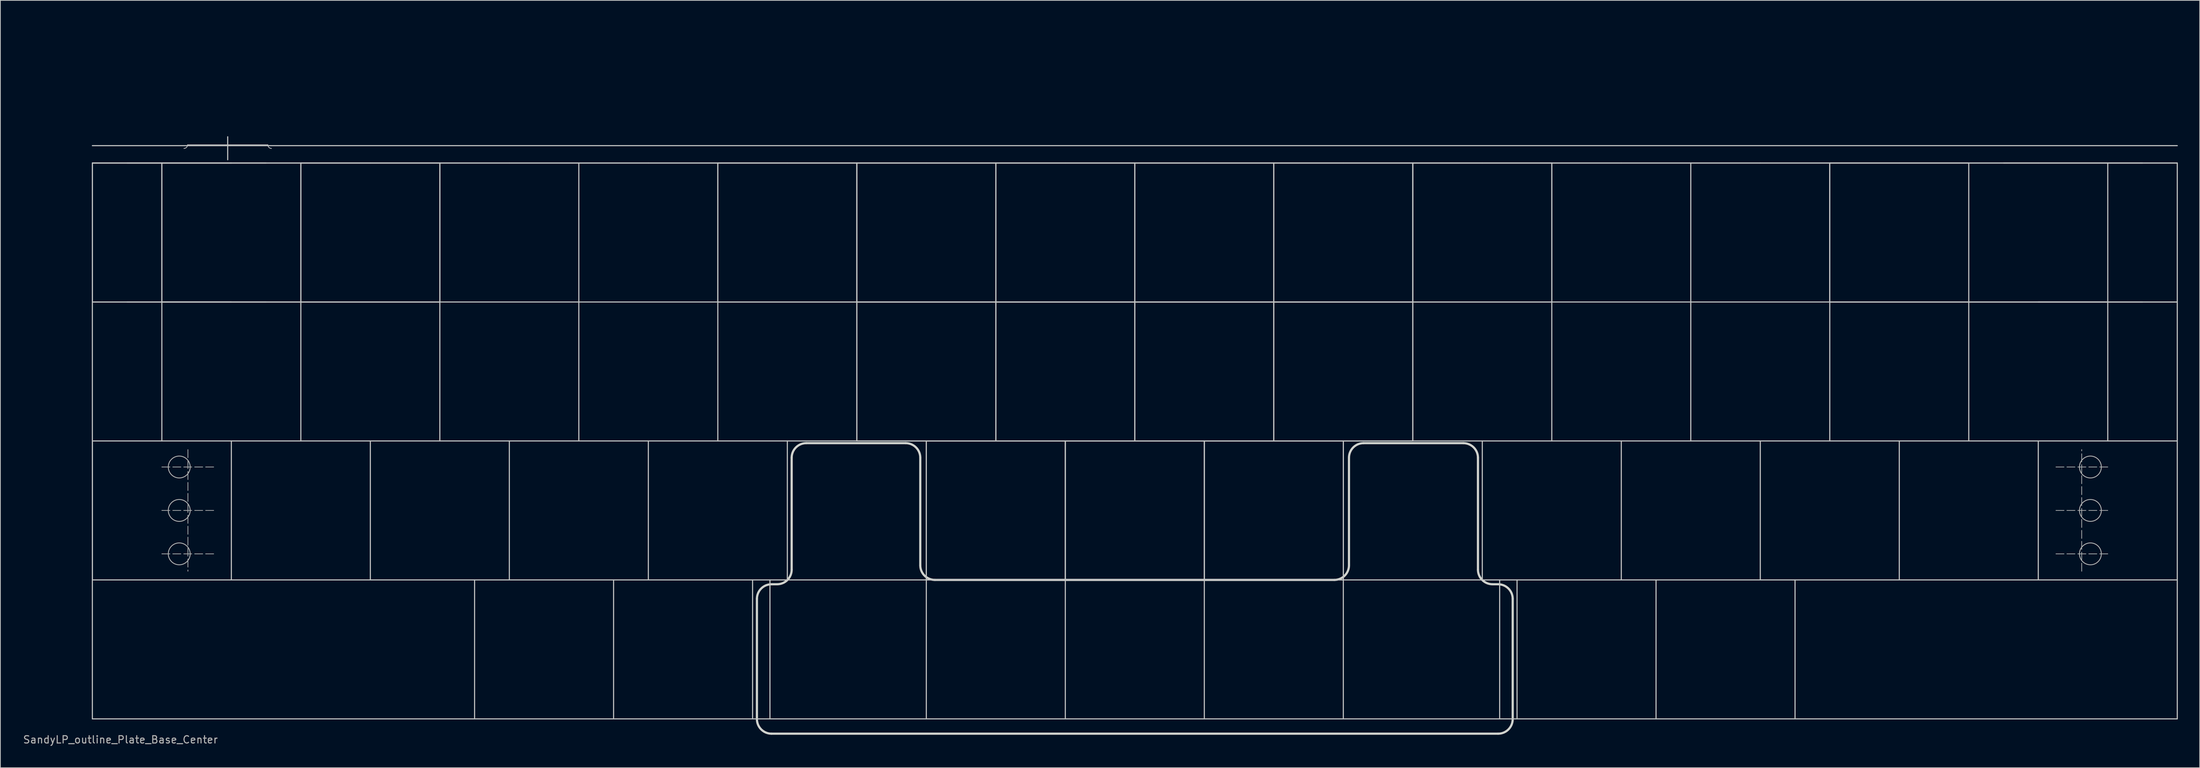
<source format=kicad_pcb>
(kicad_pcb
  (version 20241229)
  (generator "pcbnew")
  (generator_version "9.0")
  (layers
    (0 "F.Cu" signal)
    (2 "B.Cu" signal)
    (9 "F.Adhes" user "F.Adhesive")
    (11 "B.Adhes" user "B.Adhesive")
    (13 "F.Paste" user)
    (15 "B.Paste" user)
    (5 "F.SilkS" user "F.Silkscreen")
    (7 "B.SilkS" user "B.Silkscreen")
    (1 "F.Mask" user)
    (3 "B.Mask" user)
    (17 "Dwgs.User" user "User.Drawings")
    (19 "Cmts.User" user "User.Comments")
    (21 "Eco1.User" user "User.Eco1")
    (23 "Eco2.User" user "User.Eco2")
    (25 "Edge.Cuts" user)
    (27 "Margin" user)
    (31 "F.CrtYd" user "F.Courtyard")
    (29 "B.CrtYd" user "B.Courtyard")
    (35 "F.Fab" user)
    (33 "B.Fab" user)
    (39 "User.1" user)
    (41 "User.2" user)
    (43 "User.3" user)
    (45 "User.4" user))
  (footprint "SandyLP_outline_Plate_Base_Center"
    (layer "F.Cu")
    (at 9.608 0.25)
    (property "Reference" "SandyLP_outline_Plate_Base_Center" (at 3.85 98.1 0) (layer "F.Fab") (effects (font (size 1 1) (thickness 0.15))))
    (attr through_hole)
    (fp_line (start 0 19.05) (end 0 38.1) (stroke (width 0.15) (type solid)) (layer "Dwgs.User"))
    (fp_line (start 0 19.05) (end 0 38.1) (stroke (width 0.15) (type solid)) (layer "Dwgs.User"))
    (fp_line (start 0 38.1) (end 19.05 38.1) (stroke (width 0.15) (type solid)) (layer "Dwgs.User"))
    (fp_line (start 0 57.15) (end 0 38.1) (stroke (width 0.15) (type solid)) (layer "Dwgs.User"))
    (fp_line (start 0 57.15) (end 104.775 57.15) (stroke (width 0.15) (type solid)) (layer "Dwgs.User"))
    (fp_line (start 0 76.2) (end 0 57.15) (stroke (width 0.15) (type solid)) (layer "Dwgs.User"))
    (fp_line (start 0 76.2) (end 0 57.15) (stroke (width 0.15) (type solid)) (layer "Dwgs.User"))
    (fp_line (start 0 76.2) (end 0 95.25) (stroke (width 0.15) (type solid)) (layer "Dwgs.User"))
    (fp_line (start 0 95.25) (end 285.75 95.25) (stroke (width 0.15) (type solid)) (layer "Dwgs.User"))
    (fp_line (start 4.763 19.05) (end 23.812 19.05) (stroke (width 0.15) (type solid)) (layer "Dwgs.User"))
    (fp_line (start 9.525 38.1) (end 9.525 19.05) (stroke (width 0.15) (type solid)) (layer "Dwgs.User"))
    (fp_line (start 9.525 38.1) (end 9.525 19.05) (stroke (width 0.15) (type solid)) (layer "Dwgs.User"))
    (fp_line (start 9.525 38.1) (end 9.525 57.15) (stroke (width 0.15) (type solid)) (layer "Dwgs.User"))
    (fp_line (start 13.05 16.55) (end 24.05 16.55) (stroke (width 0.1) (type solid)) (layer "Dwgs.User"))
    (fp_line (start 18.55 15.45) (end 18.55 18.6) (stroke (width 0.15) (type solid)) (layer "Dwgs.User"))
    (fp_line (start 19.05 19.05) (end 0 19.05) (stroke (width 0.15) (type solid)) (layer "Dwgs.User"))
    (fp_line (start 19.05 19.05) (end 0 19.05) (stroke (width 0.15) (type solid)) (layer "Dwgs.User"))
    (fp_line (start 19.05 38.1) (end 0 38.1) (stroke (width 0.15) (type solid)) (layer "Dwgs.User"))
    (fp_line (start 19.05 57.15) (end 19.05 76.2) (stroke (width 0.15) (type solid)) (layer "Dwgs.User"))
    (fp_line (start 23.812 38.1) (end 4.763 38.1) (stroke (width 0.15) (type solid)) (layer "Dwgs.User"))
    (fp_line (start 28.575 19.05) (end 47.625 19.05) (stroke (width 0.15) (type solid)) (layer "Dwgs.User"))
    (fp_line (start 28.575 38.1) (end 9.525 38.1) (stroke (width 0.15) (type solid)) (layer "Dwgs.User"))
    (fp_line (start 28.575 38.1) (end 9.525 38.1) (stroke (width 0.15) (type solid)) (layer "Dwgs.User"))
    (fp_line (start 28.575 38.1) (end 9.525 38.1) (stroke (width 0.15) (type solid)) (layer "Dwgs.User"))
    (fp_line (start 28.575 38.1) (end 28.575 19.05) (stroke (width 0.15) (type solid)) (layer "Dwgs.User"))
    (fp_line (start 28.575 38.1) (end 28.575 19.05) (stroke (width 0.15) (type solid)) (layer "Dwgs.User"))
    (fp_line (start 28.575 38.1) (end 28.575 57.15) (stroke (width 0.15) (type solid)) (layer "Dwgs.User"))
    (fp_line (start 38.1 19.05) (end 19.05 19.05) (stroke (width 0.15) (type solid)) (layer "Dwgs.User"))
    (fp_line (start 38.1 57.15) (end 38.1 76.2) (stroke (width 0.15) (type solid)) (layer "Dwgs.User"))
    (fp_line (start 47.625 19.05) (end 47.625 38.1) (stroke (width 0.15) (type solid)) (layer "Dwgs.User"))
    (fp_line (start 47.625 19.05) (end 47.625 38.1) (stroke (width 0.15) (type solid)) (layer "Dwgs.User"))
    (fp_line (start 47.625 19.05) (end 47.625 38.1) (stroke (width 0.15) (type solid)) (layer "Dwgs.User"))
    (fp_line (start 47.625 38.1) (end 28.575 38.1) (stroke (width 0.15) (type solid)) (layer "Dwgs.User"))
    (fp_line (start 47.625 38.1) (end 28.575 38.1) (stroke (width 0.15) (type solid)) (layer "Dwgs.User"))
    (fp_line (start 47.625 38.1) (end 28.575 38.1) (stroke (width 0.15) (type solid)) (layer "Dwgs.User"))
    (fp_line (start 47.625 38.1) (end 47.625 57.15) (stroke (width 0.15) (type solid)) (layer "Dwgs.User"))
    (fp_line (start 47.625 38.1) (end 85.725 38.1) (stroke (width 0.15) (type solid)) (layer "Dwgs.User"))
    (fp_line (start 52.388 76.2) (end 52.388 95.25) (stroke (width 0.15) (type solid)) (layer "Dwgs.User"))
    (fp_line (start 57.15 19.05) (end 38.1 19.05) (stroke (width 0.15) (type solid)) (layer "Dwgs.User"))
    (fp_line (start 57.15 57.15) (end 57.15 76.2) (stroke (width 0.15) (type solid)) (layer "Dwgs.User"))
    (fp_line (start 66.675 19.05) (end 66.675 38.1) (stroke (width 0.15) (type solid)) (layer "Dwgs.User"))
    (fp_line (start 66.675 38.1) (end 66.675 57.15) (stroke (width 0.15) (type solid)) (layer "Dwgs.User"))
    (fp_line (start 71.438 76.2) (end 71.438 95.25) (stroke (width 0.15) (type solid)) (layer "Dwgs.User"))
    (fp_line (start 76.2 19.05) (end 57.15 19.05) (stroke (width 0.15) (type solid)) (layer "Dwgs.User"))
    (fp_line (start 76.2 57.15) (end 76.2 76.2) (stroke (width 0.15) (type solid)) (layer "Dwgs.User"))
    (fp_line (start 85.725 19.05) (end 104.775 19.05) (stroke (width 0.15) (type solid)) (layer "Dwgs.User"))
    (fp_line (start 85.725 38.1) (end 85.725 19.05) (stroke (width 0.15) (type solid)) (layer "Dwgs.User"))
    (fp_line (start 85.725 38.1) (end 85.725 19.05) (stroke (width 0.15) (type solid)) (layer "Dwgs.User"))
    (fp_line (start 85.725 38.1) (end 85.725 57.15) (stroke (width 0.15) (type solid)) (layer "Dwgs.User"))
    (fp_line (start 90.487 76.2) (end 90.487 95.25) (stroke (width 0.15) (type solid)) (layer "Dwgs.User"))
    (fp_line (start 92.869 76.2) (end 92.869 95.25) (stroke (width 0.15) (type solid)) (layer "Dwgs.User"))
    (fp_line (start 95.25 19.05) (end 76.2 19.05) (stroke (width 0.15) (type solid)) (layer "Dwgs.User"))
    (fp_line (start 95.25 57.15) (end 95.25 76.2) (stroke (width 0.15) (type solid)) (layer "Dwgs.User"))
    (fp_line (start 104.775 19.05) (end 104.775 38.1) (stroke (width 0.15) (type solid)) (layer "Dwgs.User"))
    (fp_line (start 104.775 19.05) (end 123.825 19.05) (stroke (width 0.15) (type solid)) (layer "Dwgs.User"))
    (fp_line (start 104.775 38.1) (end 85.725 38.1) (stroke (width 0.15) (type solid)) (layer "Dwgs.User"))
    (fp_line (start 104.775 38.1) (end 85.725 38.1) (stroke (width 0.15) (type solid)) (layer "Dwgs.User"))
    (fp_line (start 104.775 38.1) (end 104.775 19.05) (stroke (width 0.15) (type solid)) (layer "Dwgs.User"))
    (fp_line (start 104.775 38.1) (end 104.775 19.05) (stroke (width 0.15) (type solid)) (layer "Dwgs.User"))
    (fp_line (start 104.775 38.1) (end 123.825 38.1) (stroke (width 0.15) (type solid)) (layer "Dwgs.User"))
    (fp_line (start 104.775 38.1) (end 123.825 38.1) (stroke (width 0.15) (type solid)) (layer "Dwgs.User"))
    (fp_line (start 104.775 57.15) (end 104.775 38.1) (stroke (width 0.15) (type solid)) (layer "Dwgs.User"))
    (fp_line (start 104.775 57.15) (end 104.775 38.1) (stroke (width 0.15) (type solid)) (layer "Dwgs.User"))
    (fp_line (start 114.3 19.05) (end 95.25 19.05) (stroke (width 0.15) (type solid)) (layer "Dwgs.User"))
    (fp_line (start 114.3 57.15) (end 133.35 57.15) (stroke (width 0.15) (type solid)) (layer "Dwgs.User"))
    (fp_line (start 114.3 57.15) (end 133.35 57.15) (stroke (width 0.15) (type solid)) (layer "Dwgs.User"))
    (fp_line (start 114.3 76.2) (end 0 76.2) (stroke (width 0.15) (type solid)) (layer "Dwgs.User"))
    (fp_line (start 114.3 76.2) (end 114.3 57.15) (stroke (width 0.15) (type solid)) (layer "Dwgs.User"))
    (fp_line (start 114.3 76.2) (end 114.3 57.15) (stroke (width 0.15) (type solid)) (layer "Dwgs.User"))
    (fp_line (start 114.3 76.2) (end 114.3 95.25) (stroke (width 0.15) (type solid)) (layer "Dwgs.User"))
    (fp_line (start 114.3 76.2) (end 133.35 76.2) (stroke (width 0.15) (type solid)) (layer "Dwgs.User"))
    (fp_line (start 123.825 19.05) (end 123.825 38.1) (stroke (width 0.15) (type solid)) (layer "Dwgs.User"))
    (fp_line (start 123.825 19.05) (end 123.825 38.1) (stroke (width 0.15) (type solid)) (layer "Dwgs.User"))
    (fp_line (start 123.825 19.05) (end 142.875 19.05) (stroke (width 0.15) (type solid)) (layer "Dwgs.User"))
    (fp_line (start 123.825 38.1) (end 104.775 38.1) (stroke (width 0.15) (type solid)) (layer "Dwgs.User"))
    (fp_line (start 123.825 38.1) (end 104.775 38.1) (stroke (width 0.15) (type solid)) (layer "Dwgs.User"))
    (fp_line (start 123.825 38.1) (end 123.825 19.05) (stroke (width 0.15) (type solid)) (layer "Dwgs.User"))
    (fp_line (start 123.825 38.1) (end 123.825 57.15) (stroke (width 0.15) (type solid)) (layer "Dwgs.User"))
    (fp_line (start 123.825 38.1) (end 142.875 38.1) (stroke (width 0.15) (type solid)) (layer "Dwgs.User"))
    (fp_line (start 123.825 38.1) (end 142.875 38.1) (stroke (width 0.15) (type solid)) (layer "Dwgs.User"))
    (fp_line (start 123.825 57.15) (end 104.775 57.15) (stroke (width 0.15) (type solid)) (layer "Dwgs.User"))
    (fp_line (start 123.825 57.15) (end 104.775 57.15) (stroke (width 0.15) (type solid)) (layer "Dwgs.User"))
    (fp_line (start 123.825 57.15) (end 123.825 38.1) (stroke (width 0.15) (type solid)) (layer "Dwgs.User"))
    (fp_line (start 123.825 57.15) (end 123.825 38.1) (stroke (width 0.15) (type solid)) (layer "Dwgs.User"))
    (fp_line (start 133.35 19.05) (end 114.3 19.05) (stroke (width 0.15) (type solid)) (layer "Dwgs.User"))
    (fp_line (start 133.35 57.15) (end 133.35 76.2) (stroke (width 0.15) (type solid)) (layer "Dwgs.User"))
    (fp_line (start 133.35 57.15) (end 152.4 57.15) (stroke (width 0.15) (type solid)) (layer "Dwgs.User"))
    (fp_line (start 133.35 57.15) (end 152.4 57.15) (stroke (width 0.15) (type solid)) (layer "Dwgs.User"))
    (fp_line (start 133.35 76.2) (end 114.3 76.2) (stroke (width 0.15) (type solid)) (layer "Dwgs.User"))
    (fp_line (start 133.35 76.2) (end 114.3 76.2) (stroke (width 0.15) (type solid)) (layer "Dwgs.User"))
    (fp_line (start 133.35 76.2) (end 133.35 57.15) (stroke (width 0.15) (type solid)) (layer "Dwgs.User"))
    (fp_line (start 133.35 76.2) (end 133.35 57.15) (stroke (width 0.15) (type solid)) (layer "Dwgs.User"))
    (fp_line (start 133.35 76.2) (end 133.35 95.25) (stroke (width 0.15) (type solid)) (layer "Dwgs.User"))
    (fp_line (start 142.875 19.05) (end 142.875 38.1) (stroke (width 0.15) (type solid)) (layer "Dwgs.User"))
    (fp_line (start 142.875 19.05) (end 142.875 38.1) (stroke (width 0.15) (type solid)) (layer "Dwgs.User"))
    (fp_line (start 142.875 19.05) (end 161.925 19.05) (stroke (width 0.15) (type solid)) (layer "Dwgs.User"))
    (fp_line (start 142.875 38.1) (end 123.825 38.1) (stroke (width 0.15) (type solid)) (layer "Dwgs.User"))
    (fp_line (start 142.875 38.1) (end 123.825 38.1) (stroke (width 0.15) (type solid)) (layer "Dwgs.User"))
    (fp_line (start 142.875 38.1) (end 142.875 19.05) (stroke (width 0.15) (type solid)) (layer "Dwgs.User"))
    (fp_line (start 142.875 38.1) (end 142.875 57.15) (stroke (width 0.15) (type solid)) (layer "Dwgs.User"))
    (fp_line (start 142.875 38.1) (end 161.925 38.1) (stroke (width 0.15) (type solid)) (layer "Dwgs.User"))
    (fp_line (start 142.875 38.1) (end 161.925 38.1) (stroke (width 0.15) (type solid)) (layer "Dwgs.User"))
    (fp_line (start 142.875 57.15) (end 123.825 57.15) (stroke (width 0.15) (type solid)) (layer "Dwgs.User"))
    (fp_line (start 142.875 57.15) (end 123.825 57.15) (stroke (width 0.15) (type solid)) (layer "Dwgs.User"))
    (fp_line (start 142.875 57.15) (end 142.875 38.1) (stroke (width 0.15) (type solid)) (layer "Dwgs.User"))
    (fp_line (start 142.875 57.15) (end 142.875 38.1) (stroke (width 0.15) (type solid)) (layer "Dwgs.User"))
    (fp_line (start 152.4 19.05) (end 133.35 19.05) (stroke (width 0.15) (type solid)) (layer "Dwgs.User"))
    (fp_line (start 152.4 57.15) (end 152.4 76.2) (stroke (width 0.15) (type solid)) (layer "Dwgs.User"))
    (fp_line (start 152.4 57.15) (end 171.45 57.15) (stroke (width 0.15) (type solid)) (layer "Dwgs.User"))
    (fp_line (start 152.4 57.15) (end 171.45 57.15) (stroke (width 0.15) (type solid)) (layer "Dwgs.User"))
    (fp_line (start 152.4 76.2) (end 133.35 76.2) (stroke (width 0.15) (type solid)) (layer "Dwgs.User"))
    (fp_line (start 152.4 76.2) (end 133.35 76.2) (stroke (width 0.15) (type solid)) (layer "Dwgs.User"))
    (fp_line (start 152.4 76.2) (end 152.4 57.15) (stroke (width 0.15) (type solid)) (layer "Dwgs.User"))
    (fp_line (start 152.4 76.2) (end 152.4 57.15) (stroke (width 0.15) (type solid)) (layer "Dwgs.User"))
    (fp_line (start 152.4 76.2) (end 152.4 95.25) (stroke (width 0.15) (type solid)) (layer "Dwgs.User"))
    (fp_line (start 161.925 19.05) (end 161.925 38.1) (stroke (width 0.15) (type solid)) (layer "Dwgs.User"))
    (fp_line (start 161.925 19.05) (end 180.975 19.05) (stroke (width 0.15) (type solid)) (layer "Dwgs.User"))
    (fp_line (start 161.925 38.1) (end 142.875 38.1) (stroke (width 0.15) (type solid)) (layer "Dwgs.User"))
    (fp_line (start 161.925 38.1) (end 142.875 38.1) (stroke (width 0.15) (type solid)) (layer "Dwgs.User"))
    (fp_line (start 161.925 38.1) (end 161.925 19.05) (stroke (width 0.15) (type solid)) (layer "Dwgs.User"))
    (fp_line (start 161.925 38.1) (end 161.925 19.05) (stroke (width 0.15) (type solid)) (layer "Dwgs.User"))
    (fp_line (start 161.925 38.1) (end 161.925 57.15) (stroke (width 0.15) (type solid)) (layer "Dwgs.User"))
    (fp_line (start 161.925 38.1) (end 180.975 38.1) (stroke (width 0.15) (type solid)) (layer "Dwgs.User"))
    (fp_line (start 161.925 38.1) (end 180.975 38.1) (stroke (width 0.15) (type solid)) (layer "Dwgs.User"))
    (fp_line (start 161.925 57.15) (end 142.875 57.15) (stroke (width 0.15) (type solid)) (layer "Dwgs.User"))
    (fp_line (start 161.925 57.15) (end 142.875 57.15) (stroke (width 0.15) (type solid)) (layer "Dwgs.User"))
    (fp_line (start 161.925 57.15) (end 161.925 38.1) (stroke (width 0.15) (type solid)) (layer "Dwgs.User"))
    (fp_line (start 161.925 57.15) (end 161.925 38.1) (stroke (width 0.15) (type solid)) (layer "Dwgs.User"))
    (fp_line (start 171.45 19.05) (end 152.4 19.05) (stroke (width 0.15) (type solid)) (layer "Dwgs.User"))
    (fp_line (start 171.45 57.15) (end 171.45 76.2) (stroke (width 0.15) (type solid)) (layer "Dwgs.User"))
    (fp_line (start 171.45 57.15) (end 171.45 76.2) (stroke (width 0.15) (type solid)) (layer "Dwgs.User"))
    (fp_line (start 171.45 76.2) (end 152.4 76.2) (stroke (width 0.15) (type solid)) (layer "Dwgs.User"))
    (fp_line (start 171.45 76.2) (end 152.4 76.2) (stroke (width 0.15) (type solid)) (layer "Dwgs.User"))
    (fp_line (start 171.45 76.2) (end 171.45 95.25) (stroke (width 0.15) (type solid)) (layer "Dwgs.User"))
    (fp_line (start 171.45 76.2) (end 285.75 76.2) (stroke (width 0.15) (type solid)) (layer "Dwgs.User"))
    (fp_line (start 180.975 19.05) (end 180.975 38.1) (stroke (width 0.15) (type solid)) (layer "Dwgs.User"))
    (fp_line (start 180.975 19.05) (end 180.975 38.1) (stroke (width 0.15) (type solid)) (layer "Dwgs.User"))
    (fp_line (start 180.975 19.05) (end 200.025 19.05) (stroke (width 0.15) (type solid)) (layer "Dwgs.User"))
    (fp_line (start 180.975 38.1) (end 161.925 38.1) (stroke (width 0.15) (type solid)) (layer "Dwgs.User"))
    (fp_line (start 180.975 38.1) (end 161.925 38.1) (stroke (width 0.15) (type solid)) (layer "Dwgs.User"))
    (fp_line (start 180.975 38.1) (end 180.975 19.05) (stroke (width 0.15) (type solid)) (layer "Dwgs.User"))
    (fp_line (start 180.975 38.1) (end 180.975 57.15) (stroke (width 0.15) (type solid)) (layer "Dwgs.User"))
    (fp_line (start 180.975 38.1) (end 180.975 57.15) (stroke (width 0.15) (type solid)) (layer "Dwgs.User"))
    (fp_line (start 180.975 57.15) (end 161.925 57.15) (stroke (width 0.15) (type solid)) (layer "Dwgs.User"))
    (fp_line (start 180.975 57.15) (end 161.925 57.15) (stroke (width 0.15) (type solid)) (layer "Dwgs.User"))
    (fp_line (start 180.975 57.15) (end 285.75 57.15) (stroke (width 0.15) (type solid)) (layer "Dwgs.User"))
    (fp_line (start 190.5 19.05) (end 171.45 19.05) (stroke (width 0.15) (type solid)) (layer "Dwgs.User"))
    (fp_line (start 190.5 57.15) (end 190.5 76.2) (stroke (width 0.15) (type solid)) (layer "Dwgs.User"))
    (fp_line (start 192.881 76.2) (end 192.881 95.25) (stroke (width 0.15) (type solid)) (layer "Dwgs.User"))
    (fp_line (start 195.262 76.2) (end 195.262 95.25) (stroke (width 0.15) (type solid)) (layer "Dwgs.User"))
    (fp_line (start 200.025 19.05) (end 200.025 38.1) (stroke (width 0.15) (type solid)) (layer "Dwgs.User"))
    (fp_line (start 200.025 19.05) (end 200.025 38.1) (stroke (width 0.15) (type solid)) (layer "Dwgs.User"))
    (fp_line (start 200.025 38.1) (end 180.975 38.1) (stroke (width 0.15) (type solid)) (layer "Dwgs.User"))
    (fp_line (start 200.025 38.1) (end 180.975 38.1) (stroke (width 0.15) (type solid)) (layer "Dwgs.User"))
    (fp_line (start 200.025 38.1) (end 200.025 57.15) (stroke (width 0.15) (type solid)) (layer "Dwgs.User"))
    (fp_line (start 200.025 38.1) (end 238.125 38.1) (stroke (width 0.15) (type solid)) (layer "Dwgs.User"))
    (fp_line (start 209.55 19.05) (end 190.5 19.05) (stroke (width 0.15) (type solid)) (layer "Dwgs.User"))
    (fp_line (start 209.55 57.15) (end 209.55 76.2) (stroke (width 0.15) (type solid)) (layer "Dwgs.User"))
    (fp_line (start 214.312 76.2) (end 214.312 95.25) (stroke (width 0.15) (type solid)) (layer "Dwgs.User"))
    (fp_line (start 219.075 19.05) (end 219.075 38.1) (stroke (width 0.15) (type solid)) (layer "Dwgs.User"))
    (fp_line (start 219.075 38.1) (end 219.075 57.15) (stroke (width 0.15) (type solid)) (layer "Dwgs.User"))
    (fp_line (start 228.6 19.05) (end 209.55 19.05) (stroke (width 0.15) (type solid)) (layer "Dwgs.User"))
    (fp_line (start 228.6 57.15) (end 228.6 76.2) (stroke (width 0.15) (type solid)) (layer "Dwgs.User"))
    (fp_line (start 233.363 76.2) (end 233.363 95.25) (stroke (width 0.15) (type solid)) (layer "Dwgs.User"))
    (fp_line (start 238.125 19.05) (end 238.125 38.1) (stroke (width 0.15) (type solid)) (layer "Dwgs.User"))
    (fp_line (start 238.125 19.05) (end 257.175 19.05) (stroke (width 0.15) (type solid)) (layer "Dwgs.User"))
    (fp_line (start 238.125 38.1) (end 238.125 19.05) (stroke (width 0.15) (type solid)) (layer "Dwgs.User"))
    (fp_line (start 238.125 38.1) (end 238.125 19.05) (stroke (width 0.15) (type solid)) (layer "Dwgs.User"))
    (fp_line (start 238.125 38.1) (end 238.125 57.15) (stroke (width 0.15) (type solid)) (layer "Dwgs.User"))
    (fp_line (start 238.125 38.1) (end 257.175 38.1) (stroke (width 0.15) (type solid)) (layer "Dwgs.User"))
    (fp_line (start 247.65 19.05) (end 228.6 19.05) (stroke (width 0.15) (type solid)) (layer "Dwgs.User"))
    (fp_line (start 247.65 57.15) (end 247.65 76.2) (stroke (width 0.15) (type solid)) (layer "Dwgs.User"))
    (fp_line (start 257.175 19.05) (end 257.175 38.1) (stroke (width 0.15) (type solid)) (layer "Dwgs.User"))
    (fp_line (start 257.175 38.1) (end 238.125 38.1) (stroke (width 0.15) (type solid)) (layer "Dwgs.User"))
    (fp_line (start 257.175 38.1) (end 238.125 38.1) (stroke (width 0.15) (type solid)) (layer "Dwgs.User"))
    (fp_line (start 257.175 38.1) (end 257.175 57.15) (stroke (width 0.15) (type solid)) (layer "Dwgs.User"))
    (fp_line (start 257.175 38.1) (end 276.225 38.1) (stroke (width 0.15) (type solid)) (layer "Dwgs.User"))
    (fp_line (start 261.938 19.05) (end 280.988 19.05) (stroke (width 0.15) (type solid)) (layer "Dwgs.User"))
    (fp_line (start 266.7 19.05) (end 247.65 19.05) (stroke (width 0.15) (type solid)) (layer "Dwgs.User"))
    (fp_line (start 266.7 57.15) (end 266.7 76.2) (stroke (width 0.15) (type solid)) (layer "Dwgs.User"))
    (fp_line (start 276.225 38.1) (end 257.175 38.1) (stroke (width 0.15) (type solid)) (layer "Dwgs.User"))
    (fp_line (start 276.225 38.1) (end 276.225 19.05) (stroke (width 0.15) (type solid)) (layer "Dwgs.User"))
    (fp_line (start 276.225 38.1) (end 276.225 57.15) (stroke (width 0.15) (type solid)) (layer "Dwgs.User"))
    (fp_line (start 280.988 38.1) (end 257.175 38.1) (stroke (width 0.15) (type solid)) (layer "Dwgs.User"))
    (fp_line (start 285.75 16.669) (end 0 16.669) (stroke (width 0.15) (type solid)) (layer "Dwgs.User"))
    (fp_line (start 285.75 19.05) (end 0 19.05) (stroke (width 0.15) (type solid)) (layer "Dwgs.User"))
    (fp_line (start 285.75 19.05) (end 266.7 19.05) (stroke (width 0.15) (type solid)) (layer "Dwgs.User"))
    (fp_line (start 285.75 19.05) (end 285.75 38.1) (stroke (width 0.15) (type solid)) (layer "Dwgs.User"))
    (fp_line (start 285.75 38.1) (end 266.7 38.1) (stroke (width 0.15) (type solid)) (layer "Dwgs.User"))
    (fp_line (start 285.75 38.1) (end 266.7 38.1) (stroke (width 0.15) (type solid)) (layer "Dwgs.User"))
    (fp_line (start 285.75 38.1) (end 285.75 57.15) (stroke (width 0.15) (type solid)) (layer "Dwgs.User"))
    (fp_line (start 285.75 57.15) (end 285.75 76.2) (stroke (width 0.15) (type solid)) (layer "Dwgs.User"))
    (fp_line (start 285.75 95.25) (end 285.75 76.2) (stroke (width 0.15) (type solid)) (layer "Dwgs.User"))
    (fp_arc (start 13.05 16.55) (mid 12.903553 16.903553) (end 12.55 17.05) (stroke (width 0.1) (type solid)) (layer "Dwgs.User"))
    (fp_arc (start 24.55 17.05) (mid 24.196447 16.903553) (end 24.05 16.55) (stroke (width 0.1) (type solid)) (layer "Dwgs.User"))
    (fp_arc (start 88.34 37.54996) (mid 86.925778 36.964175) (end 86.34 35.54996) (stroke (width 0.3) (type solid)) (layer "Eco1.User"))
    (fp_line (start 5.013 35.786) (end 5.013 21.731) (stroke (width 0.3) (type solid)) (layer "Eco2.User"))
    (fp_line (start 7.013 37.786) (end 45.3 37.8) (stroke (width 0.3) (type solid)) (layer "Eco2.User"))
    (fp_line (start 9.775 16.969) (end 45.31 16.969) (stroke (width 0.3) (type solid)) (layer "Eco2.User"))
    (fp_line (start 47.3 35.8) (end 47.31 18.969) (stroke (width 0.3) (type solid)) (layer "Eco2.User"))
    (fp_line (start 86.34 35.55) (end 86.34 18.969) (stroke (width 0.3) (type solid)) (layer "Eco2.User"))
    (fp_line (start 88.34 37.55) (end 103.4 37.55) (stroke (width 0.3) (type solid)) (layer "Eco2.User"))
    (fp_line (start 105.4 54.55) (end 105.4 39.55) (stroke (width 0.3) (type solid)) (layer "Eco2.User"))
    (fp_line (start 107.4 56.55) (end 112.925 56.55) (stroke (width 0.3) (type solid)) (layer "Eco2.User"))
    (fp_line (start 114.925 73.625) (end 114.925 58.55) (stroke (width 0.3) (type solid)) (layer "Eco2.User"))
    (fp_line (start 116.925 75.625) (end 168.85 75.621) (stroke (width 0.3) (type solid)) (layer "Eco2.User"))
    (fp_line (start 170.85 73.621) (end 170.85 58.489) (stroke (width 0.3) (type solid)) (layer "Eco2.User"))
    (fp_line (start 172.85 56.489) (end 178.35 56.479) (stroke (width 0.3) (type solid)) (layer "Eco2.User"))
    (fp_line (start 180.35 54.479) (end 180.35 39.472) (stroke (width 0.3) (type solid)) (layer "Eco2.User"))
    (fp_line (start 182.35 37.472) (end 197.43 37.462) (stroke (width 0.3) (type solid)) (layer "Eco2.User"))
    (fp_line (start 197.43 16.969) (end 88.34 16.969) (stroke (width 0.3) (type solid)) (layer "Eco2.User"))
    (fp_line (start 199.43 35.462) (end 199.43 18.969) (stroke (width 0.3) (type solid)) (layer "Eco2.User"))
    (fp_line (start 238.45 35.8) (end 238.44 18.969) (stroke (width 0.3) (type solid)) (layer "Eco2.User"))
    (fp_line (start 275.975 16.969) (end 240.44 16.969) (stroke (width 0.3) (type solid)) (layer "Eco2.User"))
    (fp_line (start 278.738 37.786) (end 240.45 37.8) (stroke (width 0.3) (type solid)) (layer "Eco2.User"))
    (fp_line (start 280.738 35.786) (end 280.738 21.731) (stroke (width 0.3) (type solid)) (layer "Eco2.User"))
    (fp_arc (start 5.0125 21.73121) (mid 6.407406 18.363617) (end 9.775 16.96871) (stroke (width 0.3) (type default)) (layer "Eco2.User"))
    (fp_arc (start 7.0125 37.785786) (mid 5.598304 37.199997) (end 5.0125 35.785786) (stroke (width 0.3) (type solid)) (layer "Eco2.User"))
    (fp_arc (start 45.31 16.96871) (mid 46.724222 17.554495) (end 47.31 18.96871) (stroke (width 0.3) (type solid)) (layer "Eco2.User"))
    (fp_arc (start 47.3 35.8) (mid 46.714226 37.214236) (end 45.3 37.8) (stroke (width 0.3) (type solid)) (layer "Eco2.User"))
    (fp_arc (start 86.34 18.96871) (mid 86.925789 17.554477) (end 88.34 16.96871) (stroke (width 0.3) (type solid)) (layer "Eco2.User"))
    (fp_arc (start 88.34 37.54996) (mid 86.925807 36.964146) (end 86.34 35.54996) (stroke (width 0.3) (type solid)) (layer "Eco2.User"))
    (fp_arc (start 103.4 37.54996) (mid 104.814205 38.135748) (end 105.4 39.54996) (stroke (width 0.3) (type solid)) (layer "Eco2.User"))
    (fp_arc (start 107.4 56.54996) (mid 105.985778 55.964175) (end 105.4 54.54996) (stroke (width 0.3) (type solid)) (layer "Eco2.User"))
    (fp_arc (start 112.925 56.54996) (mid 114.339205 57.135748) (end 114.925 58.54996) (stroke (width 0.3) (type solid)) (layer "Eco2.User"))
    (fp_arc (start 116.925 75.62496) (mid 115.510778 75.039175) (end 114.925 73.62496) (stroke (width 0.3) (type solid)) (layer "Eco2.User"))
    (fp_arc (start 170.85 58.489174) (mid 171.435808 57.075) (end 172.85 56.489174) (stroke (width 0.3) (type solid)) (layer "Eco2.User"))
    (fp_arc (start 170.85 73.620746) (mid 170.26418 75.034923) (end 168.85 75.620746) (stroke (width 0.3) (type solid)) (layer "Eco2.User"))
    (fp_arc (start 180.35 39.471532) (mid 180.935758 38.057291) (end 182.35 37.471532) (stroke (width 0.3) (type solid)) (layer "Eco2.User"))
    (fp_arc (start 180.35 54.479174) (mid 179.764235 55.893427) (end 178.35 56.479174) (stroke (width 0.3) (type solid)) (layer "Eco2.User"))
    (fp_arc (start 197.43 16.96871) (mid 198.844222 17.554495) (end 199.43 18.96871) (stroke (width 0.3) (type solid)) (layer "Eco2.User"))
    (fp_arc (start 199.43 35.461532) (mid 198.844185 36.875718) (end 197.43 37.461532) (stroke (width 0.3) (type solid)) (layer "Eco2.User"))
    (fp_arc (start 238.44 18.96871) (mid 239.025789 17.554477) (end 240.44 16.96871) (stroke (width 0.3) (type solid)) (layer "Eco2.User"))
    (fp_arc (start 240.45 37.8) (mid 239.035763 37.214218) (end 238.45 35.8) (stroke (width 0.3) (type solid)) (layer "Eco2.User"))
    (fp_arc (start 275.975 16.96871) (mid 279.342605 18.363612) (end 280.7375 21.73121) (stroke (width 0.3) (type default)) (layer "Eco2.User"))
    (fp_arc (start 280.7375 35.785786) (mid 280.151725 37.199996) (end 278.7375 37.785786) (stroke (width 0.3) (type solid)) (layer "Eco2.User"))
    (fp_line (start 91.083 78.795) (end 91.083 95.281) (stroke (width 0.3) (type solid)) (layer "Edge.Cuts"))
    (fp_line (start 93.083 76.795) (end 93.845 76.795) (stroke (width 0.3) (type solid)) (layer "Edge.Cuts"))
    (fp_line (start 95.845 59.45) (end 95.845 74.795) (stroke (width 0.3) (type solid)) (layer "Edge.Cuts"))
    (fp_line (start 97.845 57.45) (end 111.472 57.45) (stroke (width 0.3) (type solid)) (layer "Edge.Cuts"))
    (fp_line (start 113.472 59.45) (end 113.472 74.2) (stroke (width 0.3) (type solid)) (layer "Edge.Cuts"))
    (fp_line (start 170.228 76.2) (end 115.472 76.2) (stroke (width 0.3) (type solid)) (layer "Edge.Cuts"))
    (fp_line (start 172.228 59.45) (end 172.228 74.2) (stroke (width 0.3) (type solid)) (layer "Edge.Cuts"))
    (fp_line (start 187.905 57.45) (end 174.228 57.45) (stroke (width 0.3) (type solid)) (layer "Edge.Cuts"))
    (fp_line (start 189.905 59.45) (end 189.905 74.795) (stroke (width 0.3) (type solid)) (layer "Edge.Cuts"))
    (fp_line (start 192.667 76.795) (end 191.905 76.795) (stroke (width 0.3) (type solid)) (layer "Edge.Cuts"))
    (fp_line (start 192.667 97.281) (end 93.083 97.281) (stroke (width 0.3) (type solid)) (layer "Edge.Cuts"))
    (fp_line (start 194.667 78.795) (end 194.667 95.281) (stroke (width 0.3) (type solid)) (layer "Edge.Cuts"))
    (fp_arc (start 91.082893 78.795377) (mid 91.668659 77.381143) (end 93.082893 76.795377) (stroke (width 0.3) (type solid)) (layer "Edge.Cuts"))
    (fp_arc (start 93.082893 97.28121) (mid 91.668701 96.695402) (end 91.082893 95.28121) (stroke (width 0.3) (type solid)) (layer "Edge.Cuts"))
    (fp_arc (start 95.845393 59.44996) (mid 96.431191 58.035777) (end 97.845393 57.44996) (stroke (width 0.3) (type solid)) (layer "Edge.Cuts"))
    (fp_arc (start 95.845393 74.795377) (mid 95.259585 76.209569) (end 93.845393 76.795377) (stroke (width 0.3) (type solid)) (layer "Edge.Cuts"))
    (fp_arc (start 111.471875 57.44996) (mid 112.886088 58.035747) (end 113.471875 59.44996) (stroke (width 0.3) (type solid)) (layer "Edge.Cuts"))
    (fp_arc (start 115.471875 76.2) (mid 114.057665 75.614207) (end 113.471875 74.2) (stroke (width 0.3) (type solid)) (layer "Edge.Cuts"))
    (fp_arc (start 172.228125 59.44996) (mid 172.813911 58.035745) (end 174.228125 57.44996) (stroke (width 0.3) (type solid)) (layer "Edge.Cuts"))
    (fp_arc (start 172.228125 74.2) (mid 171.64234 75.614222) (end 170.228125 76.200025) (stroke (width 0.3) (type solid)) (layer "Edge.Cuts"))
    (fp_arc (start 187.904689 57.449896) (mid 189.318881 58.035704) (end 189.904689 59.449896) (stroke (width 0.3) (type solid)) (layer "Edge.Cuts"))
    (fp_arc (start 191.904689 76.795313) (mid 190.490497 76.209505) (end 189.904689 74.795313) (stroke (width 0.3) (type solid)) (layer "Edge.Cuts"))
    (fp_arc (start 192.667189 76.795313) (mid 194.081377 77.381125) (end 194.667189 78.795313) (stroke (width 0.3) (type solid)) (layer "Edge.Cuts"))
    (fp_arc (start 194.667351 95.28121) (mid 194.081589 96.695448) (end 192.667351 97.28121) (stroke (width 0.3) (type solid)) (layer "Edge.Cuts"))
    (fp_line (start 9.525 60.722) (end 16.669 60.722) (stroke (width 0.1) (type dash)) (layer "F.Fab"))
    (fp_line (start 9.525 66.675) (end 16.669 66.675) (stroke (width 0.1) (type dash)) (layer "F.Fab"))
    (fp_line (start 9.525 72.628) (end 16.669 72.628) (stroke (width 0.1) (type dash)) (layer "F.Fab"))
    (fp_line (start 13.097 58.341) (end 13.097 75.009) (stroke (width 0.1) (type dash)) (layer "F.Fab"))
    (fp_line (start 272.653 75.009) (end 272.653 58.341) (stroke (width 0.1) (type dash)) (layer "F.Fab"))
    (fp_line (start 276.225 60.722) (end 269.081 60.722) (stroke (width 0.1) (type dash)) (layer "F.Fab"))
    (fp_line (start 276.225 66.675) (end 269.081 66.675) (stroke (width 0.1) (type dash)) (layer "F.Fab"))
    (fp_line (start 276.225 72.628) (end 269.081 72.628) (stroke (width 0.1) (type dash)) (layer "F.Fab"))
    (fp_circle (center 11.906 60.722) (end 13.406 60.722) (stroke (width 0.12) (type default)) (fill no) (layer "F.Fab"))
    (fp_circle (center 11.906 66.675) (end 13.406 66.675) (stroke (width 0.12) (type default)) (fill no) (layer "F.Fab"))
    (fp_circle (center 11.906 72.628) (end 13.406 72.628) (stroke (width 0.12) (type default)) (fill no) (layer "F.Fab"))
    (fp_circle (center 273.844 60.722) (end 275.344 60.722) (stroke (width 0.12) (type default)) (fill no) (layer "F.Fab"))
    (fp_circle (center 273.844 66.675) (end 275.344 66.675) (stroke (width 0.12) (type default)) (fill no) (layer "F.Fab"))
    (fp_circle (center 273.844 72.628) (end 275.344 72.628) (stroke (width 0.12) (type default)) (fill no) (layer "F.Fab")))
  (gr_rect
    (start -3 -3)
    (end 298.433 102.198)
    (stroke (width 0.1) (type default))
    (fill no)
    (layer "Edge.Cuts")))
</source>
